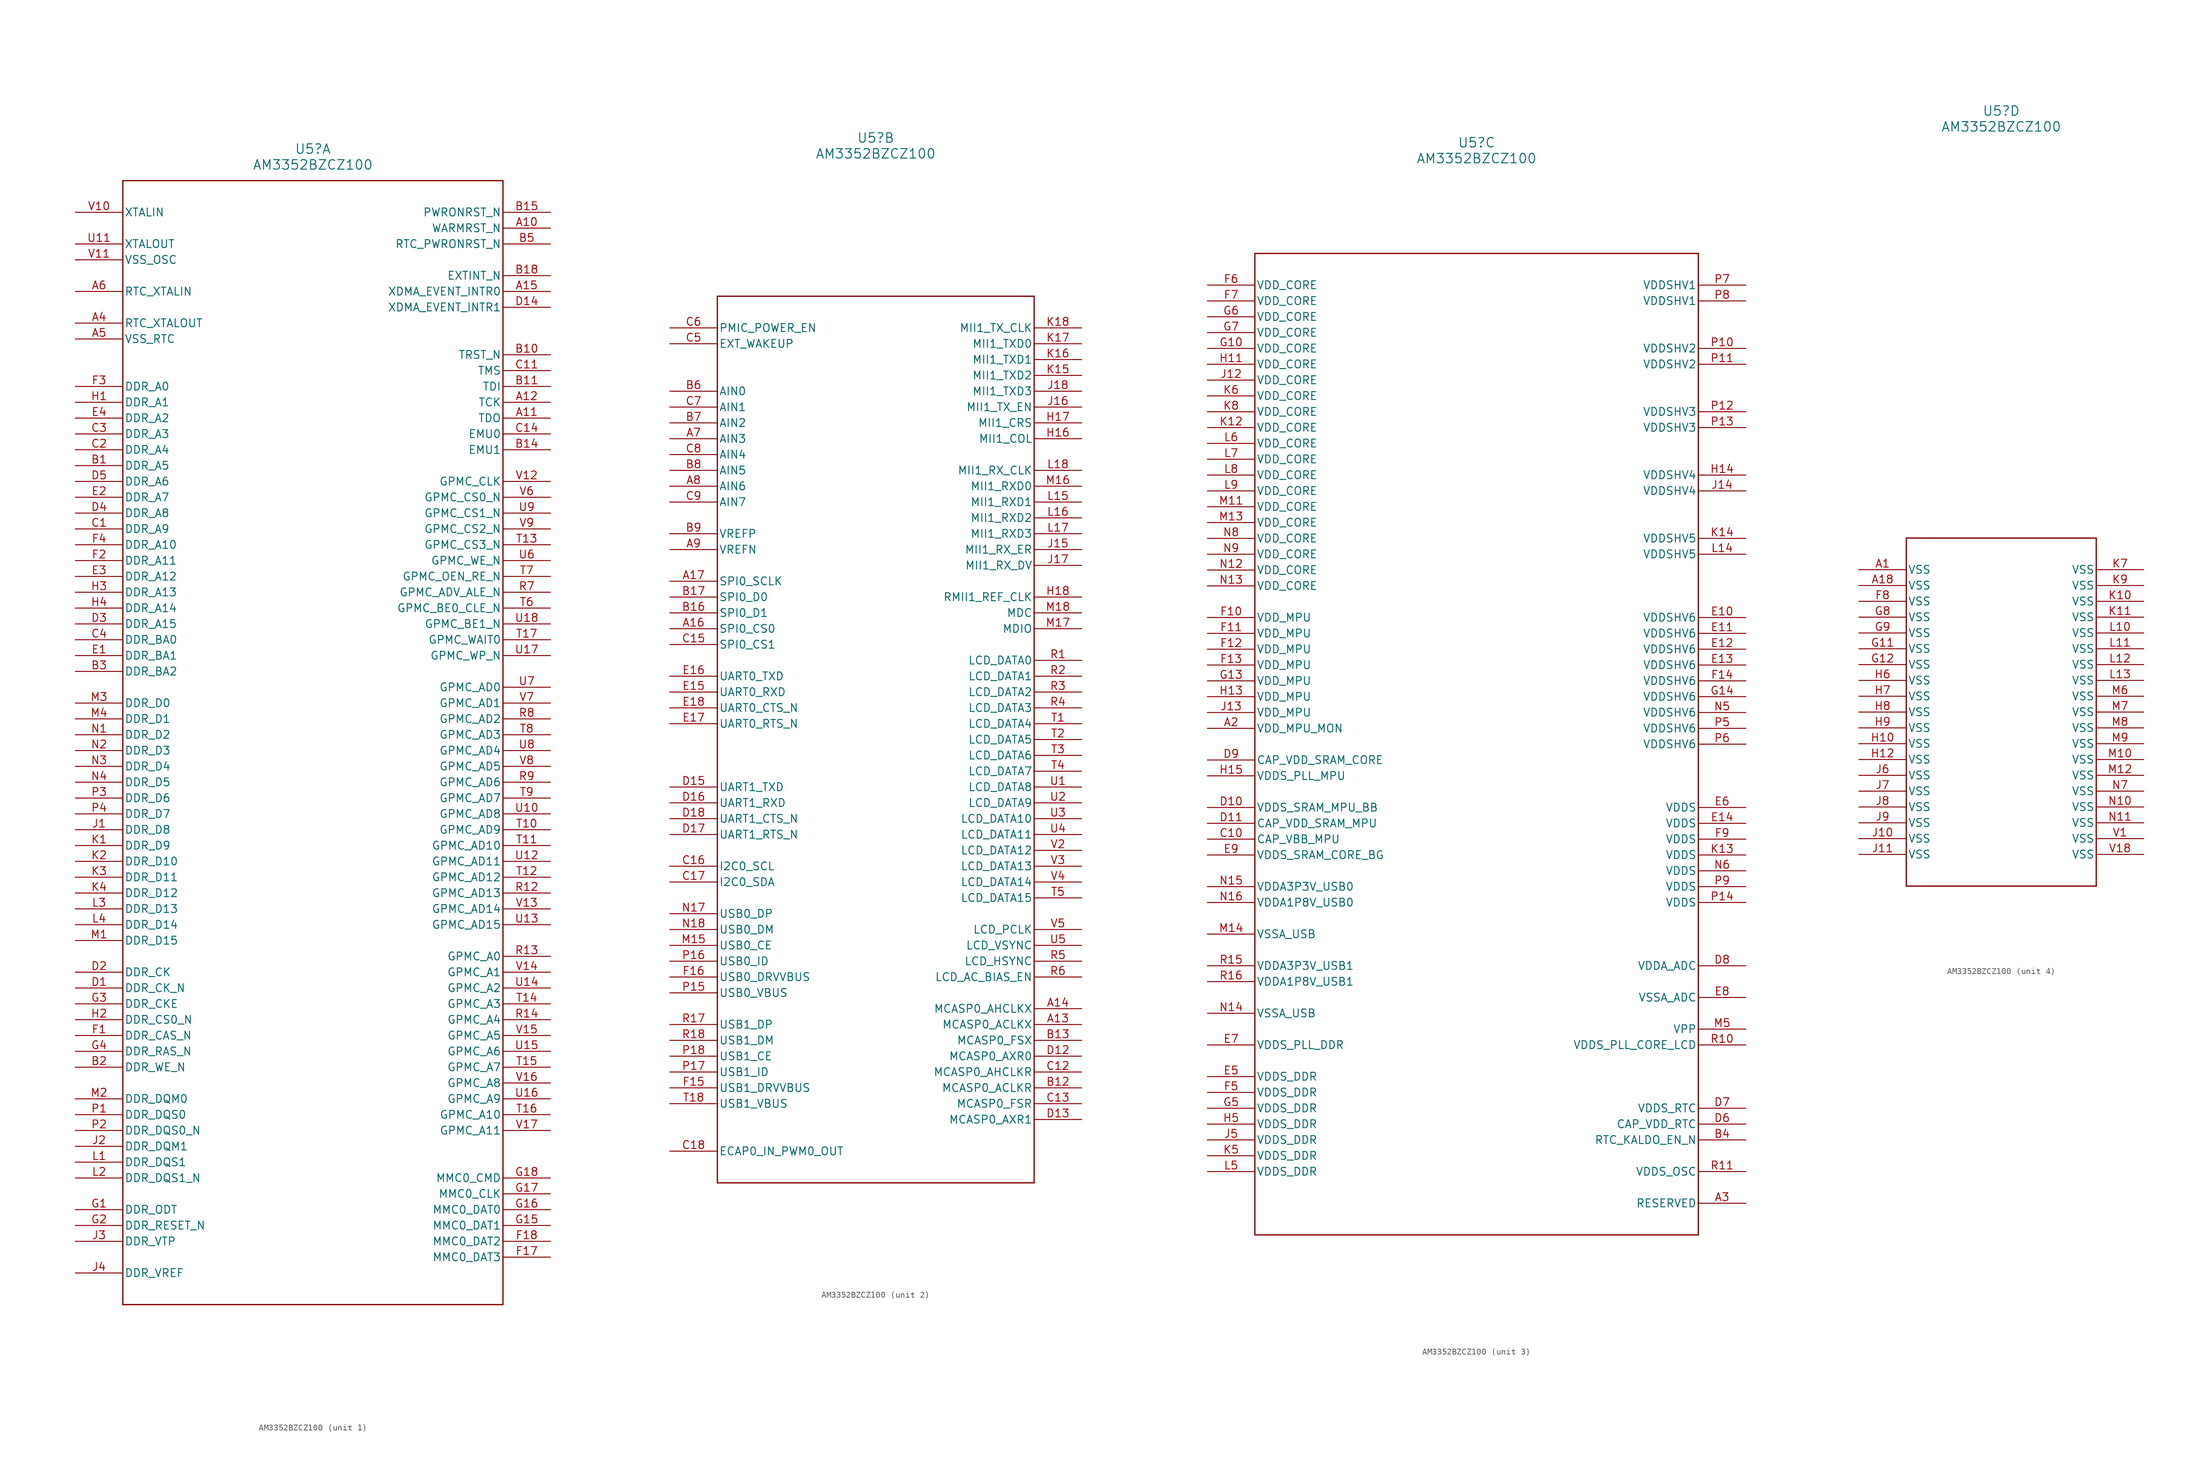
<source format=kicad_sym>
(kicad_symbol_lib
  (version 20231120)
  (generator "kicad_symbol_editor")
  (generator_version "8.0")
  (symbol "AM3352BZCZ100"
    (pin_names
      (offset 0.254))
    (property "Reference" "U5"
      (at 0 96.52 0)
      (effects (font (size 1.524 1.524))))
    (property "Value" "AM3352BZCZ100"
      (at 0 93.98 0)
      (effects (font (size 1.524 1.524))))
    (property "ki_locked" ""
      (at 0 0 0)
      (effects (font (size 1.27 1.27))))
    (symbol "AM3352BZCZ100_1_1"
      (polyline (pts (xy -30.48 -88.9) (xy 30.48 -88.9)) (stroke (width 0.203) (type default)) (fill (type none)))
      (polyline (pts (xy -30.48 91.44) (xy -30.48 -88.9)) (stroke (width 0.203) (type default)) (fill (type none)))
      (polyline (pts (xy 30.48 -88.9) (xy 30.48 91.44)) (stroke (width 0.203) (type default)) (fill (type none)))
      (polyline (pts (xy 30.48 91.44) (xy -30.48 91.44)) (stroke (width 0.203) (type default)) (fill (type none)))
      (pin bidirectional line (at 38.1 83.82 180) (length 7.62) (name "WARMRST_N" (effects (font (size 1.27 1.27)))) (number "A10" (effects (font (size 1.27 1.27)))))
      (pin output line (at 38.1 53.34 180) (length 7.62) (name "TDO" (effects (font (size 1.27 1.27)))) (number "A11" (effects (font (size 1.27 1.27)))))
      (pin input line (at 38.1 55.88 180) (length 7.62) (name "TCK" (effects (font (size 1.27 1.27)))) (number "A12" (effects (font (size 1.27 1.27)))))
      (pin input line (at 38.1 73.66 180) (length 7.62) (name "XDMA_EVENT_INTR0" (effects (font (size 1.27 1.27)))) (number "A15" (effects (font (size 1.27 1.27)))))
      (pin output line (at -38.1 68.58 0) (length 7.62) (name "RTC_XTALOUT" (effects (font (size 1.27 1.27)))) (number "A4" (effects (font (size 1.27 1.27)))))
      (pin power_in line (at -38.1 66.04 0) (length 7.62) (name "VSS_RTC" (effects (font (size 1.27 1.27)))) (number "A5" (effects (font (size 1.27 1.27)))))
      (pin input line (at -38.1 73.66 0) (length 7.62) (name "RTC_XTALIN" (effects (font (size 1.27 1.27)))) (number "A6" (effects (font (size 1.27 1.27)))))
      (pin output line (at -38.1 45.72 0) (length 7.62) (name "DDR_A5" (effects (font (size 1.27 1.27)))) (number "B1" (effects (font (size 1.27 1.27)))))
      (pin input line (at 38.1 63.5 180) (length 7.62) (name "TRST_N" (effects (font (size 1.27 1.27)))) (number "B10" (effects (font (size 1.27 1.27)))))
      (pin input line (at 38.1 58.42 180) (length 7.62) (name "TDI" (effects (font (size 1.27 1.27)))) (number "B11" (effects (font (size 1.27 1.27)))))
      (pin bidirectional line (at 38.1 48.26 180) (length 7.62) (name "EMU1" (effects (font (size 1.27 1.27)))) (number "B14" (effects (font (size 1.27 1.27)))))
      (pin input line (at 38.1 86.36 180) (length 7.62) (name "PWRONRST_N" (effects (font (size 1.27 1.27)))) (number "B15" (effects (font (size 1.27 1.27)))))
      (pin input line (at 38.1 76.2 180) (length 7.62) (name "EXTINT_N" (effects (font (size 1.27 1.27)))) (number "B18" (effects (font (size 1.27 1.27)))))
      (pin output line (at -38.1 -50.8 0) (length 7.62) (name "DDR_WE_N" (effects (font (size 1.27 1.27)))) (number "B2" (effects (font (size 1.27 1.27)))))
      (pin output line (at -38.1 12.7 0) (length 7.62) (name "DDR_BA2" (effects (font (size 1.27 1.27)))) (number "B3" (effects (font (size 1.27 1.27)))))
      (pin input line (at 38.1 81.28 180) (length 7.62) (name "RTC_PWRONRST_N" (effects (font (size 1.27 1.27)))) (number "B5" (effects (font (size 1.27 1.27)))))
      (pin output line (at -38.1 35.56 0) (length 7.62) (name "DDR_A9" (effects (font (size 1.27 1.27)))) (number "C1" (effects (font (size 1.27 1.27)))))
      (pin input line (at 38.1 60.96 180) (length 7.62) (name "TMS" (effects (font (size 1.27 1.27)))) (number "C11" (effects (font (size 1.27 1.27)))))
      (pin bidirectional line (at 38.1 50.8 180) (length 7.62) (name "EMU0" (effects (font (size 1.27 1.27)))) (number "C14" (effects (font (size 1.27 1.27)))))
      (pin output line (at -38.1 48.26 0) (length 7.62) (name "DDR_A4" (effects (font (size 1.27 1.27)))) (number "C2" (effects (font (size 1.27 1.27)))))
      (pin output line (at -38.1 50.8 0) (length 7.62) (name "DDR_A3" (effects (font (size 1.27 1.27)))) (number "C3" (effects (font (size 1.27 1.27)))))
      (pin output line (at -38.1 17.78 0) (length 7.62) (name "DDR_BA0" (effects (font (size 1.27 1.27)))) (number "C4" (effects (font (size 1.27 1.27)))))
      (pin output line (at -38.1 -38.1 0) (length 7.62) (name "DDR_CK_N" (effects (font (size 1.27 1.27)))) (number "D1" (effects (font (size 1.27 1.27)))))
      (pin input line (at 38.1 71.12 180) (length 7.62) (name "XDMA_EVENT_INTR1" (effects (font (size 1.27 1.27)))) (number "D14" (effects (font (size 1.27 1.27)))))
      (pin output line (at -38.1 -35.56 0) (length 7.62) (name "DDR_CK" (effects (font (size 1.27 1.27)))) (number "D2" (effects (font (size 1.27 1.27)))))
      (pin output line (at -38.1 20.32 0) (length 7.62) (name "DDR_A15" (effects (font (size 1.27 1.27)))) (number "D3" (effects (font (size 1.27 1.27)))))
      (pin output line (at -38.1 38.1 0) (length 7.62) (name "DDR_A8" (effects (font (size 1.27 1.27)))) (number "D4" (effects (font (size 1.27 1.27)))))
      (pin output line (at -38.1 43.18 0) (length 7.62) (name "DDR_A6" (effects (font (size 1.27 1.27)))) (number "D5" (effects (font (size 1.27 1.27)))))
      (pin output line (at -38.1 15.24 0) (length 7.62) (name "DDR_BA1" (effects (font (size 1.27 1.27)))) (number "E1" (effects (font (size 1.27 1.27)))))
      (pin output line (at -38.1 40.64 0) (length 7.62) (name "DDR_A7" (effects (font (size 1.27 1.27)))) (number "E2" (effects (font (size 1.27 1.27)))))
      (pin output line (at -38.1 27.94 0) (length 7.62) (name "DDR_A12" (effects (font (size 1.27 1.27)))) (number "E3" (effects (font (size 1.27 1.27)))))
      (pin output line (at -38.1 53.34 0) (length 7.62) (name "DDR_A2" (effects (font (size 1.27 1.27)))) (number "E4" (effects (font (size 1.27 1.27)))))
      (pin output line (at -38.1 -45.72 0) (length 7.62) (name "DDR_CAS_N" (effects (font (size 1.27 1.27)))) (number "F1" (effects (font (size 1.27 1.27)))))
      (pin bidirectional line (at 38.1 -81.28 180) (length 7.62) (name "MMC0_DAT3" (effects (font (size 1.27 1.27)))) (number "F17" (effects (font (size 1.27 1.27)))))
      (pin bidirectional line (at 38.1 -78.74 180) (length 7.62) (name "MMC0_DAT2" (effects (font (size 1.27 1.27)))) (number "F18" (effects (font (size 1.27 1.27)))))
      (pin output line (at -38.1 30.48 0) (length 7.62) (name "DDR_A11" (effects (font (size 1.27 1.27)))) (number "F2" (effects (font (size 1.27 1.27)))))
      (pin output line (at -38.1 58.42 0) (length 7.62) (name "DDR_A0" (effects (font (size 1.27 1.27)))) (number "F3" (effects (font (size 1.27 1.27)))))
      (pin output line (at -38.1 33.02 0) (length 7.62) (name "DDR_A10" (effects (font (size 1.27 1.27)))) (number "F4" (effects (font (size 1.27 1.27)))))
      (pin output line (at -38.1 -73.66 0) (length 7.62) (name "DDR_ODT" (effects (font (size 1.27 1.27)))) (number "G1" (effects (font (size 1.27 1.27)))))
      (pin bidirectional line (at 38.1 -76.2 180) (length 7.62) (name "MMC0_DAT1" (effects (font (size 1.27 1.27)))) (number "G15" (effects (font (size 1.27 1.27)))))
      (pin bidirectional line (at 38.1 -73.66 180) (length 7.62) (name "MMC0_DAT0" (effects (font (size 1.27 1.27)))) (number "G16" (effects (font (size 1.27 1.27)))))
      (pin bidirectional line (at 38.1 -71.12 180) (length 7.62) (name "MMC0_CLK" (effects (font (size 1.27 1.27)))) (number "G17" (effects (font (size 1.27 1.27)))))
      (pin bidirectional line (at 38.1 -68.58 180) (length 7.62) (name "MMC0_CMD" (effects (font (size 1.27 1.27)))) (number "G18" (effects (font (size 1.27 1.27)))))
      (pin output line (at -38.1 -76.2 0) (length 7.62) (name "DDR_RESET_N" (effects (font (size 1.27 1.27)))) (number "G2" (effects (font (size 1.27 1.27)))))
      (pin output line (at -38.1 -40.64 0) (length 7.62) (name "DDR_CKE" (effects (font (size 1.27 1.27)))) (number "G3" (effects (font (size 1.27 1.27)))))
      (pin output line (at -38.1 -48.26 0) (length 7.62) (name "DDR_RAS_N" (effects (font (size 1.27 1.27)))) (number "G4" (effects (font (size 1.27 1.27)))))
      (pin output line (at -38.1 55.88 0) (length 7.62) (name "DDR_A1" (effects (font (size 1.27 1.27)))) (number "H1" (effects (font (size 1.27 1.27)))))
      (pin output line (at -38.1 -43.18 0) (length 7.62) (name "DDR_CS0_N" (effects (font (size 1.27 1.27)))) (number "H2" (effects (font (size 1.27 1.27)))))
      (pin output line (at -38.1 25.4 0) (length 7.62) (name "DDR_A13" (effects (font (size 1.27 1.27)))) (number "H3" (effects (font (size 1.27 1.27)))))
      (pin output line (at -38.1 22.86 0) (length 7.62) (name "DDR_A14" (effects (font (size 1.27 1.27)))) (number "H4" (effects (font (size 1.27 1.27)))))
      (pin bidirectional line (at -38.1 -12.7 0) (length 7.62) (name "DDR_D8" (effects (font (size 1.27 1.27)))) (number "J1" (effects (font (size 1.27 1.27)))))
      (pin output line (at -38.1 -63.5 0) (length 7.62) (name "DDR_DQM1" (effects (font (size 1.27 1.27)))) (number "J2" (effects (font (size 1.27 1.27)))))
      (pin passive line (at -38.1 -78.74 0) (length 7.62) (name "DDR_VTP" (effects (font (size 1.27 1.27)))) (number "J3" (effects (font (size 1.27 1.27)))))
      (pin power_in line (at -38.1 -83.82 0) (length 7.62) (name "DDR_VREF" (effects (font (size 1.27 1.27)))) (number "J4" (effects (font (size 1.27 1.27)))))
      (pin bidirectional line (at -38.1 -15.24 0) (length 7.62) (name "DDR_D9" (effects (font (size 1.27 1.27)))) (number "K1" (effects (font (size 1.27 1.27)))))
      (pin bidirectional line (at -38.1 -17.78 0) (length 7.62) (name "DDR_D10" (effects (font (size 1.27 1.27)))) (number "K2" (effects (font (size 1.27 1.27)))))
      (pin bidirectional line (at -38.1 -20.32 0) (length 7.62) (name "DDR_D11" (effects (font (size 1.27 1.27)))) (number "K3" (effects (font (size 1.27 1.27)))))
      (pin bidirectional line (at -38.1 -22.86 0) (length 7.62) (name "DDR_D12" (effects (font (size 1.27 1.27)))) (number "K4" (effects (font (size 1.27 1.27)))))
      (pin bidirectional line (at -38.1 -66.04 0) (length 7.62) (name "DDR_DQS1" (effects (font (size 1.27 1.27)))) (number "L1" (effects (font (size 1.27 1.27)))))
      (pin bidirectional line (at -38.1 -68.58 0) (length 7.62) (name "DDR_DQS1_N" (effects (font (size 1.27 1.27)))) (number "L2" (effects (font (size 1.27 1.27)))))
      (pin bidirectional line (at -38.1 -25.4 0) (length 7.62) (name "DDR_D13" (effects (font (size 1.27 1.27)))) (number "L3" (effects (font (size 1.27 1.27)))))
      (pin bidirectional line (at -38.1 -27.94 0) (length 7.62) (name "DDR_D14" (effects (font (size 1.27 1.27)))) (number "L4" (effects (font (size 1.27 1.27)))))
      (pin bidirectional line (at -38.1 -30.48 0) (length 7.62) (name "DDR_D15" (effects (font (size 1.27 1.27)))) (number "M1" (effects (font (size 1.27 1.27)))))
      (pin output line (at -38.1 -55.88 0) (length 7.62) (name "DDR_DQM0" (effects (font (size 1.27 1.27)))) (number "M2" (effects (font (size 1.27 1.27)))))
      (pin bidirectional line (at -38.1 7.62 0) (length 7.62) (name "DDR_D0" (effects (font (size 1.27 1.27)))) (number "M3" (effects (font (size 1.27 1.27)))))
      (pin bidirectional line (at -38.1 5.08 0) (length 7.62) (name "DDR_D1" (effects (font (size 1.27 1.27)))) (number "M4" (effects (font (size 1.27 1.27)))))
      (pin bidirectional line (at -38.1 2.54 0) (length 7.62) (name "DDR_D2" (effects (font (size 1.27 1.27)))) (number "N1" (effects (font (size 1.27 1.27)))))
      (pin bidirectional line (at -38.1 0 0) (length 7.62) (name "DDR_D3" (effects (font (size 1.27 1.27)))) (number "N2" (effects (font (size 1.27 1.27)))))
      (pin bidirectional line (at -38.1 -2.54 0) (length 7.62) (name "DDR_D4" (effects (font (size 1.27 1.27)))) (number "N3" (effects (font (size 1.27 1.27)))))
      (pin bidirectional line (at -38.1 -5.08 0) (length 7.62) (name "DDR_D5" (effects (font (size 1.27 1.27)))) (number "N4" (effects (font (size 1.27 1.27)))))
      (pin bidirectional line (at -38.1 -58.42 0) (length 7.62) (name "DDR_DQS0" (effects (font (size 1.27 1.27)))) (number "P1" (effects (font (size 1.27 1.27)))))
      (pin bidirectional line (at -38.1 -60.96 0) (length 7.62) (name "DDR_DQS0_N" (effects (font (size 1.27 1.27)))) (number "P2" (effects (font (size 1.27 1.27)))))
      (pin bidirectional line (at -38.1 -7.62 0) (length 7.62) (name "DDR_D6" (effects (font (size 1.27 1.27)))) (number "P3" (effects (font (size 1.27 1.27)))))
      (pin bidirectional line (at -38.1 -10.16 0) (length 7.62) (name "DDR_D7" (effects (font (size 1.27 1.27)))) (number "P4" (effects (font (size 1.27 1.27)))))
      (pin bidirectional line (at 38.1 -22.86 180) (length 7.62) (name "GPMC_AD13" (effects (font (size 1.27 1.27)))) (number "R12" (effects (font (size 1.27 1.27)))))
      (pin bidirectional line (at 38.1 -33.02 180) (length 7.62) (name "GPMC_A0" (effects (font (size 1.27 1.27)))) (number "R13" (effects (font (size 1.27 1.27)))))
      (pin bidirectional line (at 38.1 -43.18 180) (length 7.62) (name "GPMC_A4" (effects (font (size 1.27 1.27)))) (number "R14" (effects (font (size 1.27 1.27)))))
      (pin bidirectional line (at 38.1 25.4 180) (length 7.62) (name "GPMC_ADV_ALE_N" (effects (font (size 1.27 1.27)))) (number "R7" (effects (font (size 1.27 1.27)))))
      (pin bidirectional line (at 38.1 5.08 180) (length 7.62) (name "GPMC_AD2" (effects (font (size 1.27 1.27)))) (number "R8" (effects (font (size 1.27 1.27)))))
      (pin bidirectional line (at 38.1 -5.08 180) (length 7.62) (name "GPMC_AD6" (effects (font (size 1.27 1.27)))) (number "R9" (effects (font (size 1.27 1.27)))))
      (pin bidirectional line (at 38.1 -12.7 180) (length 7.62) (name "GPMC_AD9" (effects (font (size 1.27 1.27)))) (number "T10" (effects (font (size 1.27 1.27)))))
      (pin bidirectional line (at 38.1 -15.24 180) (length 7.62) (name "GPMC_AD10" (effects (font (size 1.27 1.27)))) (number "T11" (effects (font (size 1.27 1.27)))))
      (pin bidirectional line (at 38.1 -20.32 180) (length 7.62) (name "GPMC_AD12" (effects (font (size 1.27 1.27)))) (number "T12" (effects (font (size 1.27 1.27)))))
      (pin bidirectional line (at 38.1 33.02 180) (length 7.62) (name "GPMC_CS3_N" (effects (font (size 1.27 1.27)))) (number "T13" (effects (font (size 1.27 1.27)))))
      (pin bidirectional line (at 38.1 -40.64 180) (length 7.62) (name "GPMC_A3" (effects (font (size 1.27 1.27)))) (number "T14" (effects (font (size 1.27 1.27)))))
      (pin bidirectional line (at 38.1 -50.8 180) (length 7.62) (name "GPMC_A7" (effects (font (size 1.27 1.27)))) (number "T15" (effects (font (size 1.27 1.27)))))
      (pin bidirectional line (at 38.1 -58.42 180) (length 7.62) (name "GPMC_A10" (effects (font (size 1.27 1.27)))) (number "T16" (effects (font (size 1.27 1.27)))))
      (pin bidirectional line (at 38.1 17.78 180) (length 7.62) (name "GPMC_WAIT0" (effects (font (size 1.27 1.27)))) (number "T17" (effects (font (size 1.27 1.27)))))
      (pin bidirectional line (at 38.1 22.86 180) (length 7.62) (name "GPMC_BE0_CLE_N" (effects (font (size 1.27 1.27)))) (number "T6" (effects (font (size 1.27 1.27)))))
      (pin bidirectional line (at 38.1 27.94 180) (length 7.62) (name "GPMC_OEN_RE_N" (effects (font (size 1.27 1.27)))) (number "T7" (effects (font (size 1.27 1.27)))))
      (pin bidirectional line (at 38.1 2.54 180) (length 7.62) (name "GPMC_AD3" (effects (font (size 1.27 1.27)))) (number "T8" (effects (font (size 1.27 1.27)))))
      (pin bidirectional line (at 38.1 -7.62 180) (length 7.62) (name "GPMC_AD7" (effects (font (size 1.27 1.27)))) (number "T9" (effects (font (size 1.27 1.27)))))
      (pin bidirectional line (at 38.1 -10.16 180) (length 7.62) (name "GPMC_AD8" (effects (font (size 1.27 1.27)))) (number "U10" (effects (font (size 1.27 1.27)))))
      (pin output line (at -38.1 81.28 0) (length 7.62) (name "XTALOUT" (effects (font (size 1.27 1.27)))) (number "U11" (effects (font (size 1.27 1.27)))))
      (pin bidirectional line (at 38.1 -17.78 180) (length 7.62) (name "GPMC_AD11" (effects (font (size 1.27 1.27)))) (number "U12" (effects (font (size 1.27 1.27)))))
      (pin bidirectional line (at 38.1 -27.94 180) (length 7.62) (name "GPMC_AD15" (effects (font (size 1.27 1.27)))) (number "U13" (effects (font (size 1.27 1.27)))))
      (pin bidirectional line (at 38.1 -38.1 180) (length 7.62) (name "GPMC_A2" (effects (font (size 1.27 1.27)))) (number "U14" (effects (font (size 1.27 1.27)))))
      (pin bidirectional line (at 38.1 -48.26 180) (length 7.62) (name "GPMC_A6" (effects (font (size 1.27 1.27)))) (number "U15" (effects (font (size 1.27 1.27)))))
      (pin bidirectional line (at 38.1 -55.88 180) (length 7.62) (name "GPMC_A9" (effects (font (size 1.27 1.27)))) (number "U16" (effects (font (size 1.27 1.27)))))
      (pin bidirectional line (at 38.1 15.24 180) (length 7.62) (name "GPMC_WP_N" (effects (font (size 1.27 1.27)))) (number "U17" (effects (font (size 1.27 1.27)))))
      (pin bidirectional line (at 38.1 20.32 180) (length 7.62) (name "GPMC_BE1_N" (effects (font (size 1.27 1.27)))) (number "U18" (effects (font (size 1.27 1.27)))))
      (pin bidirectional line (at 38.1 30.48 180) (length 7.62) (name "GPMC_WE_N" (effects (font (size 1.27 1.27)))) (number "U6" (effects (font (size 1.27 1.27)))))
      (pin bidirectional line (at 38.1 10.16 180) (length 7.62) (name "GPMC_AD0" (effects (font (size 1.27 1.27)))) (number "U7" (effects (font (size 1.27 1.27)))))
      (pin bidirectional line (at 38.1 0 180) (length 7.62) (name "GPMC_AD4" (effects (font (size 1.27 1.27)))) (number "U8" (effects (font (size 1.27 1.27)))))
      (pin bidirectional line (at 38.1 38.1 180) (length 7.62) (name "GPMC_CS1_N" (effects (font (size 1.27 1.27)))) (number "U9" (effects (font (size 1.27 1.27)))))
      (pin input line (at -38.1 86.36 0) (length 7.62) (name "XTALIN" (effects (font (size 1.27 1.27)))) (number "V10" (effects (font (size 1.27 1.27)))))
      (pin power_in line (at -38.1 78.74 0) (length 7.62) (name "VSS_OSC" (effects (font (size 1.27 1.27)))) (number "V11" (effects (font (size 1.27 1.27)))))
      (pin bidirectional line (at 38.1 43.18 180) (length 7.62) (name "GPMC_CLK" (effects (font (size 1.27 1.27)))) (number "V12" (effects (font (size 1.27 1.27)))))
      (pin bidirectional line (at 38.1 -25.4 180) (length 7.62) (name "GPMC_AD14" (effects (font (size 1.27 1.27)))) (number "V13" (effects (font (size 1.27 1.27)))))
      (pin bidirectional line (at 38.1 -35.56 180) (length 7.62) (name "GPMC_A1" (effects (font (size 1.27 1.27)))) (number "V14" (effects (font (size 1.27 1.27)))))
      (pin bidirectional line (at 38.1 -45.72 180) (length 7.62) (name "GPMC_A5" (effects (font (size 1.27 1.27)))) (number "V15" (effects (font (size 1.27 1.27)))))
      (pin bidirectional line (at 38.1 -53.34 180) (length 7.62) (name "GPMC_A8" (effects (font (size 1.27 1.27)))) (number "V16" (effects (font (size 1.27 1.27)))))
      (pin bidirectional line (at 38.1 -60.96 180) (length 7.62) (name "GPMC_A11" (effects (font (size 1.27 1.27)))) (number "V17" (effects (font (size 1.27 1.27)))))
      (pin bidirectional line (at 38.1 40.64 180) (length 7.62) (name "GPMC_CS0_N" (effects (font (size 1.27 1.27)))) (number "V6" (effects (font (size 1.27 1.27)))))
      (pin bidirectional line (at 38.1 7.62 180) (length 7.62) (name "GPMC_AD1" (effects (font (size 1.27 1.27)))) (number "V7" (effects (font (size 1.27 1.27)))))
      (pin bidirectional line (at 38.1 -2.54 180) (length 7.62) (name "GPMC_AD5" (effects (font (size 1.27 1.27)))) (number "V8" (effects (font (size 1.27 1.27)))))
      (pin bidirectional line (at 38.1 35.56 180) (length 7.62) (name "GPMC_CS2_N" (effects (font (size 1.27 1.27)))) (number "V9" (effects (font (size 1.27 1.27))))))
    (symbol "AM3352BZCZ100_2_1"
      (polyline (pts (xy -25.4 -71.12) (xy 25.4 -71.12)) (stroke (width 0.203) (type default)) (fill (type none)))
      (polyline (pts (xy -25.4 71.12) (xy -25.4 -71.12)) (stroke (width 0.203) (type default)) (fill (type none)))
      (polyline (pts (xy 25.4 -71.12) (xy 25.4 71.12)) (stroke (width 0.203) (type default)) (fill (type none)))
      (polyline (pts (xy 25.4 71.12) (xy -25.4 71.12)) (stroke (width 0.203) (type default)) (fill (type none)))
      (pin bidirectional line (at 33.02 -45.72 180) (length 7.62) (name "MCASP0_ACLKX" (effects (font (size 1.27 1.27)))) (number "A13" (effects (font (size 1.27 1.27)))))
      (pin bidirectional line (at 33.02 -43.18 180) (length 7.62) (name "MCASP0_AHCLKX" (effects (font (size 1.27 1.27)))) (number "A14" (effects (font (size 1.27 1.27)))))
      (pin bidirectional line (at -33.02 17.78 0) (length 7.62) (name "SPI0_CS0" (effects (font (size 1.27 1.27)))) (number "A16" (effects (font (size 1.27 1.27)))))
      (pin bidirectional line (at -33.02 25.4 0) (length 7.62) (name "SPI0_SCLK" (effects (font (size 1.27 1.27)))) (number "A17" (effects (font (size 1.27 1.27)))))
      (pin bidirectional line (at -33.02 48.26 0) (length 7.62) (name "AIN3" (effects (font (size 1.27 1.27)))) (number "A7" (effects (font (size 1.27 1.27)))))
      (pin input line (at -33.02 40.64 0) (length 7.62) (name "AIN6" (effects (font (size 1.27 1.27)))) (number "A8" (effects (font (size 1.27 1.27)))))
      (pin power_in line (at -33.02 30.48 0) (length 7.62) (name "VREFN" (effects (font (size 1.27 1.27)))) (number "A9" (effects (font (size 1.27 1.27)))))
      (pin bidirectional line (at 33.02 -55.88 180) (length 7.62) (name "MCASP0_ACLKR" (effects (font (size 1.27 1.27)))) (number "B12" (effects (font (size 1.27 1.27)))))
      (pin bidirectional line (at 33.02 -48.26 180) (length 7.62) (name "MCASP0_FSX" (effects (font (size 1.27 1.27)))) (number "B13" (effects (font (size 1.27 1.27)))))
      (pin bidirectional line (at -33.02 20.32 0) (length 7.62) (name "SPI0_D1" (effects (font (size 1.27 1.27)))) (number "B16" (effects (font (size 1.27 1.27)))))
      (pin bidirectional line (at -33.02 22.86 0) (length 7.62) (name "SPI0_D0" (effects (font (size 1.27 1.27)))) (number "B17" (effects (font (size 1.27 1.27)))))
      (pin bidirectional line (at -33.02 55.88 0) (length 7.62) (name "AIN0" (effects (font (size 1.27 1.27)))) (number "B6" (effects (font (size 1.27 1.27)))))
      (pin bidirectional line (at -33.02 50.8 0) (length 7.62) (name "AIN2" (effects (font (size 1.27 1.27)))) (number "B7" (effects (font (size 1.27 1.27)))))
      (pin input line (at -33.02 43.18 0) (length 7.62) (name "AIN5" (effects (font (size 1.27 1.27)))) (number "B8" (effects (font (size 1.27 1.27)))))
      (pin power_in line (at -33.02 33.02 0) (length 7.62) (name "VREFP" (effects (font (size 1.27 1.27)))) (number "B9" (effects (font (size 1.27 1.27)))))
      (pin bidirectional line (at 33.02 -53.34 180) (length 7.62) (name "MCASP0_AHCLKR" (effects (font (size 1.27 1.27)))) (number "C12" (effects (font (size 1.27 1.27)))))
      (pin bidirectional line (at 33.02 -58.42 180) (length 7.62) (name "MCASP0_FSR" (effects (font (size 1.27 1.27)))) (number "C13" (effects (font (size 1.27 1.27)))))
      (pin bidirectional line (at -33.02 15.24 0) (length 7.62) (name "SPI0_CS1" (effects (font (size 1.27 1.27)))) (number "C15" (effects (font (size 1.27 1.27)))))
      (pin bidirectional line (at -33.02 -20.32 0) (length 7.62) (name "I2C0_SCL" (effects (font (size 1.27 1.27)))) (number "C16" (effects (font (size 1.27 1.27)))))
      (pin bidirectional line (at -33.02 -22.86 0) (length 7.62) (name "I2C0_SDA" (effects (font (size 1.27 1.27)))) (number "C17" (effects (font (size 1.27 1.27)))))
      (pin bidirectional line (at -33.02 -66.04 0) (length 7.62) (name "ECAP0_IN_PWM0_OUT" (effects (font (size 1.27 1.27)))) (number "C18" (effects (font (size 1.27 1.27)))))
      (pin input line (at -33.02 63.5 0) (length 7.62) (name "EXT_WAKEUP" (effects (font (size 1.27 1.27)))) (number "C5" (effects (font (size 1.27 1.27)))))
      (pin output line (at -33.02 66.04 0) (length 7.62) (name "PMIC_POWER_EN" (effects (font (size 1.27 1.27)))) (number "C6" (effects (font (size 1.27 1.27)))))
      (pin bidirectional line (at -33.02 53.34 0) (length 7.62) (name "AIN1" (effects (font (size 1.27 1.27)))) (number "C7" (effects (font (size 1.27 1.27)))))
      (pin bidirectional line (at -33.02 45.72 0) (length 7.62) (name "AIN4" (effects (font (size 1.27 1.27)))) (number "C8" (effects (font (size 1.27 1.27)))))
      (pin input line (at -33.02 38.1 0) (length 7.62) (name "AIN7" (effects (font (size 1.27 1.27)))) (number "C9" (effects (font (size 1.27 1.27)))))
      (pin bidirectional line (at 33.02 -50.8 180) (length 7.62) (name "MCASP0_AXR0" (effects (font (size 1.27 1.27)))) (number "D12" (effects (font (size 1.27 1.27)))))
      (pin bidirectional line (at 33.02 -60.96 180) (length 7.62) (name "MCASP0_AXR1" (effects (font (size 1.27 1.27)))) (number "D13" (effects (font (size 1.27 1.27)))))
      (pin bidirectional line (at -33.02 -7.62 0) (length 7.62) (name "UART1_TXD" (effects (font (size 1.27 1.27)))) (number "D15" (effects (font (size 1.27 1.27)))))
      (pin bidirectional line (at -33.02 -10.16 0) (length 7.62) (name "UART1_RXD" (effects (font (size 1.27 1.27)))) (number "D16" (effects (font (size 1.27 1.27)))))
      (pin bidirectional line (at -33.02 -15.24 0) (length 7.62) (name "UART1_RTS_N" (effects (font (size 1.27 1.27)))) (number "D17" (effects (font (size 1.27 1.27)))))
      (pin bidirectional line (at -33.02 -12.7 0) (length 7.62) (name "UART1_CTS_N" (effects (font (size 1.27 1.27)))) (number "D18" (effects (font (size 1.27 1.27)))))
      (pin bidirectional line (at -33.02 7.62 0) (length 7.62) (name "UART0_RXD" (effects (font (size 1.27 1.27)))) (number "E15" (effects (font (size 1.27 1.27)))))
      (pin bidirectional line (at -33.02 10.16 0) (length 7.62) (name "UART0_TXD" (effects (font (size 1.27 1.27)))) (number "E16" (effects (font (size 1.27 1.27)))))
      (pin bidirectional line (at -33.02 2.54 0) (length 7.62) (name "UART0_RTS_N" (effects (font (size 1.27 1.27)))) (number "E17" (effects (font (size 1.27 1.27)))))
      (pin bidirectional line (at -33.02 5.08 0) (length 7.62) (name "UART0_CTS_N" (effects (font (size 1.27 1.27)))) (number "E18" (effects (font (size 1.27 1.27)))))
      (pin bidirectional line (at -33.02 -55.88 0) (length 7.62) (name "USB1_DRVVBUS" (effects (font (size 1.27 1.27)))) (number "F15" (effects (font (size 1.27 1.27)))))
      (pin bidirectional line (at -33.02 -38.1 0) (length 7.62) (name "USB0_DRVVBUS" (effects (font (size 1.27 1.27)))) (number "F16" (effects (font (size 1.27 1.27)))))
      (pin bidirectional line (at 33.02 48.26 180) (length 7.62) (name "MII1_COL" (effects (font (size 1.27 1.27)))) (number "H16" (effects (font (size 1.27 1.27)))))
      (pin bidirectional line (at 33.02 50.8 180) (length 7.62) (name "MII1_CRS" (effects (font (size 1.27 1.27)))) (number "H17" (effects (font (size 1.27 1.27)))))
      (pin bidirectional line (at 33.02 22.86 180) (length 7.62) (name "RMII1_REF_CLK" (effects (font (size 1.27 1.27)))) (number "H18" (effects (font (size 1.27 1.27)))))
      (pin bidirectional line (at 33.02 30.48 180) (length 7.62) (name "MII1_RX_ER" (effects (font (size 1.27 1.27)))) (number "J15" (effects (font (size 1.27 1.27)))))
      (pin bidirectional line (at 33.02 53.34 180) (length 7.62) (name "MII1_TX_EN" (effects (font (size 1.27 1.27)))) (number "J16" (effects (font (size 1.27 1.27)))))
      (pin bidirectional line (at 33.02 27.94 180) (length 7.62) (name "MII1_RX_DV" (effects (font (size 1.27 1.27)))) (number "J17" (effects (font (size 1.27 1.27)))))
      (pin bidirectional line (at 33.02 55.88 180) (length 7.62) (name "MII1_TXD3" (effects (font (size 1.27 1.27)))) (number "J18" (effects (font (size 1.27 1.27)))))
      (pin bidirectional line (at 33.02 58.42 180) (length 7.62) (name "MII1_TXD2" (effects (font (size 1.27 1.27)))) (number "K15" (effects (font (size 1.27 1.27)))))
      (pin bidirectional line (at 33.02 60.96 180) (length 7.62) (name "MII1_TXD1" (effects (font (size 1.27 1.27)))) (number "K16" (effects (font (size 1.27 1.27)))))
      (pin bidirectional line (at 33.02 63.5 180) (length 7.62) (name "MII1_TXD0" (effects (font (size 1.27 1.27)))) (number "K17" (effects (font (size 1.27 1.27)))))
      (pin bidirectional line (at 33.02 66.04 180) (length 7.62) (name "MII1_TX_CLK" (effects (font (size 1.27 1.27)))) (number "K18" (effects (font (size 1.27 1.27)))))
      (pin bidirectional line (at 33.02 38.1 180) (length 7.62) (name "MII1_RXD1" (effects (font (size 1.27 1.27)))) (number "L15" (effects (font (size 1.27 1.27)))))
      (pin bidirectional line (at 33.02 35.56 180) (length 7.62) (name "MII1_RXD2" (effects (font (size 1.27 1.27)))) (number "L16" (effects (font (size 1.27 1.27)))))
      (pin bidirectional line (at 33.02 33.02 180) (length 7.62) (name "MII1_RXD3" (effects (font (size 1.27 1.27)))) (number "L17" (effects (font (size 1.27 1.27)))))
      (pin bidirectional line (at 33.02 43.18 180) (length 7.62) (name "MII1_RX_CLK" (effects (font (size 1.27 1.27)))) (number "L18" (effects (font (size 1.27 1.27)))))
      (pin output line (at -33.02 -33.02 0) (length 7.62) (name "USB0_CE" (effects (font (size 1.27 1.27)))) (number "M15" (effects (font (size 1.27 1.27)))))
      (pin bidirectional line (at 33.02 40.64 180) (length 7.62) (name "MII1_RXD0" (effects (font (size 1.27 1.27)))) (number "M16" (effects (font (size 1.27 1.27)))))
      (pin bidirectional line (at 33.02 17.78 180) (length 7.62) (name "MDIO" (effects (font (size 1.27 1.27)))) (number "M17" (effects (font (size 1.27 1.27)))))
      (pin bidirectional line (at 33.02 20.32 180) (length 7.62) (name "MDC" (effects (font (size 1.27 1.27)))) (number "M18" (effects (font (size 1.27 1.27)))))
      (pin output line (at -33.02 -27.94 0) (length 7.62) (name "USB0_DP" (effects (font (size 1.27 1.27)))) (number "N17" (effects (font (size 1.27 1.27)))))
      (pin output line (at -33.02 -30.48 0) (length 7.62) (name "USB0_DM" (effects (font (size 1.27 1.27)))) (number "N18" (effects (font (size 1.27 1.27)))))
      (pin power_in line (at -33.02 -40.64 0) (length 7.62) (name "USB0_VBUS" (effects (font (size 1.27 1.27)))) (number "P15" (effects (font (size 1.27 1.27)))))
      (pin input line (at -33.02 -35.56 0) (length 7.62) (name "USB0_ID" (effects (font (size 1.27 1.27)))) (number "P16" (effects (font (size 1.27 1.27)))))
      (pin input line (at -33.02 -53.34 0) (length 7.62) (name "USB1_ID" (effects (font (size 1.27 1.27)))) (number "P17" (effects (font (size 1.27 1.27)))))
      (pin output line (at -33.02 -50.8 0) (length 7.62) (name "USB1_CE" (effects (font (size 1.27 1.27)))) (number "P18" (effects (font (size 1.27 1.27)))))
      (pin bidirectional line (at 33.02 12.7 180) (length 7.62) (name "LCD_DATA0" (effects (font (size 1.27 1.27)))) (number "R1" (effects (font (size 1.27 1.27)))))
      (pin output line (at -33.02 -45.72 0) (length 7.62) (name "USB1_DP" (effects (font (size 1.27 1.27)))) (number "R17" (effects (font (size 1.27 1.27)))))
      (pin output line (at -33.02 -48.26 0) (length 7.62) (name "USB1_DM" (effects (font (size 1.27 1.27)))) (number "R18" (effects (font (size 1.27 1.27)))))
      (pin bidirectional line (at 33.02 10.16 180) (length 7.62) (name "LCD_DATA1" (effects (font (size 1.27 1.27)))) (number "R2" (effects (font (size 1.27 1.27)))))
      (pin bidirectional line (at 33.02 7.62 180) (length 7.62) (name "LCD_DATA2" (effects (font (size 1.27 1.27)))) (number "R3" (effects (font (size 1.27 1.27)))))
      (pin bidirectional line (at 33.02 5.08 180) (length 7.62) (name "LCD_DATA3" (effects (font (size 1.27 1.27)))) (number "R4" (effects (font (size 1.27 1.27)))))
      (pin bidirectional line (at 33.02 -35.56 180) (length 7.62) (name "LCD_HSYNC" (effects (font (size 1.27 1.27)))) (number "R5" (effects (font (size 1.27 1.27)))))
      (pin bidirectional line (at 33.02 -38.1 180) (length 7.62) (name "LCD_AC_BIAS_EN" (effects (font (size 1.27 1.27)))) (number "R6" (effects (font (size 1.27 1.27)))))
      (pin bidirectional line (at 33.02 2.54 180) (length 7.62) (name "LCD_DATA4" (effects (font (size 1.27 1.27)))) (number "T1" (effects (font (size 1.27 1.27)))))
      (pin power_in line (at -33.02 -58.42 0) (length 7.62) (name "USB1_VBUS" (effects (font (size 1.27 1.27)))) (number "T18" (effects (font (size 1.27 1.27)))))
      (pin bidirectional line (at 33.02 0 180) (length 7.62) (name "LCD_DATA5" (effects (font (size 1.27 1.27)))) (number "T2" (effects (font (size 1.27 1.27)))))
      (pin bidirectional line (at 33.02 -2.54 180) (length 7.62) (name "LCD_DATA6" (effects (font (size 1.27 1.27)))) (number "T3" (effects (font (size 1.27 1.27)))))
      (pin bidirectional line (at 33.02 -5.08 180) (length 7.62) (name "LCD_DATA7" (effects (font (size 1.27 1.27)))) (number "T4" (effects (font (size 1.27 1.27)))))
      (pin bidirectional line (at 33.02 -25.4 180) (length 7.62) (name "LCD_DATA15" (effects (font (size 1.27 1.27)))) (number "T5" (effects (font (size 1.27 1.27)))))
      (pin bidirectional line (at 33.02 -7.62 180) (length 7.62) (name "LCD_DATA8" (effects (font (size 1.27 1.27)))) (number "U1" (effects (font (size 1.27 1.27)))))
      (pin bidirectional line (at 33.02 -10.16 180) (length 7.62) (name "LCD_DATA9" (effects (font (size 1.27 1.27)))) (number "U2" (effects (font (size 1.27 1.27)))))
      (pin bidirectional line (at 33.02 -12.7 180) (length 7.62) (name "LCD_DATA10" (effects (font (size 1.27 1.27)))) (number "U3" (effects (font (size 1.27 1.27)))))
      (pin bidirectional line (at 33.02 -15.24 180) (length 7.62) (name "LCD_DATA11" (effects (font (size 1.27 1.27)))) (number "U4" (effects (font (size 1.27 1.27)))))
      (pin bidirectional line (at 33.02 -33.02 180) (length 7.62) (name "LCD_VSYNC" (effects (font (size 1.27 1.27)))) (number "U5" (effects (font (size 1.27 1.27)))))
      (pin bidirectional line (at 33.02 -17.78 180) (length 7.62) (name "LCD_DATA12" (effects (font (size 1.27 1.27)))) (number "V2" (effects (font (size 1.27 1.27)))))
      (pin bidirectional line (at 33.02 -20.32 180) (length 7.62) (name "LCD_DATA13" (effects (font (size 1.27 1.27)))) (number "V3" (effects (font (size 1.27 1.27)))))
      (pin bidirectional line (at 33.02 -22.86 180) (length 7.62) (name "LCD_DATA14" (effects (font (size 1.27 1.27)))) (number "V4" (effects (font (size 1.27 1.27)))))
      (pin bidirectional line (at 33.02 -30.48 180) (length 7.62) (name "LCD_PCLK" (effects (font (size 1.27 1.27)))) (number "V5" (effects (font (size 1.27 1.27))))))
    (symbol "AM3352BZCZ100_3_1"
      (polyline (pts (xy -35.56 -78.74) (xy 35.56 -78.74)) (stroke (width 0.203) (type default)) (fill (type none)))
      (polyline (pts (xy -35.56 78.74) (xy -35.56 -78.74)) (stroke (width 0.203) (type default)) (fill (type none)))
      (polyline (pts (xy 35.56 -78.74) (xy 35.56 78.74)) (stroke (width 0.203) (type default)) (fill (type none)))
      (polyline (pts (xy 35.56 78.74) (xy -35.56 78.74)) (stroke (width 0.203) (type default)) (fill (type none)))
      (pin power_in line (at -43.18 2.54 0) (length 7.62) (name "VDD_MPU_MON" (effects (font (size 1.27 1.27)))) (number "A2" (effects (font (size 1.27 1.27)))))
      (pin unspecified line (at 43.18 -73.66 180) (length 7.62) (name "RESERVED" (effects (font (size 1.27 1.27)))) (number "A3" (effects (font (size 1.27 1.27)))))
      (pin input line (at 43.18 -63.5 180) (length 7.62) (name "RTC_KALDO_EN_N" (effects (font (size 1.27 1.27)))) (number "B4" (effects (font (size 1.27 1.27)))))
      (pin unspecified line (at -43.18 -15.24 0) (length 7.62) (name "CAP_VBB_MPU" (effects (font (size 1.27 1.27)))) (number "C10" (effects (font (size 1.27 1.27)))))
      (pin power_in line (at -43.18 -10.16 0) (length 7.62) (name "VDDS_SRAM_MPU_BB" (effects (font (size 1.27 1.27)))) (number "D10" (effects (font (size 1.27 1.27)))))
      (pin unspecified line (at -43.18 -12.7 0) (length 7.62) (name "CAP_VDD_SRAM_MPU" (effects (font (size 1.27 1.27)))) (number "D11" (effects (font (size 1.27 1.27)))))
      (pin unspecified line (at 43.18 -60.96 180) (length 7.62) (name "CAP_VDD_RTC" (effects (font (size 1.27 1.27)))) (number "D6" (effects (font (size 1.27 1.27)))))
      (pin power_in line (at 43.18 -58.42 180) (length 7.62) (name "VDDS_RTC" (effects (font (size 1.27 1.27)))) (number "D7" (effects (font (size 1.27 1.27)))))
      (pin power_in line (at 43.18 -35.56 180) (length 7.62) (name "VDDA_ADC" (effects (font (size 1.27 1.27)))) (number "D8" (effects (font (size 1.27 1.27)))))
      (pin unspecified line (at -43.18 -2.54 0) (length 7.62) (name "CAP_VDD_SRAM_CORE" (effects (font (size 1.27 1.27)))) (number "D9" (effects (font (size 1.27 1.27)))))
      (pin power_in line (at 43.18 20.32 180) (length 7.62) (name "VDDSHV6" (effects (font (size 1.27 1.27)))) (number "E10" (effects (font (size 1.27 1.27)))))
      (pin power_in line (at 43.18 17.78 180) (length 7.62) (name "VDDSHV6" (effects (font (size 1.27 1.27)))) (number "E11" (effects (font (size 1.27 1.27)))))
      (pin power_in line (at 43.18 15.24 180) (length 7.62) (name "VDDSHV6" (effects (font (size 1.27 1.27)))) (number "E12" (effects (font (size 1.27 1.27)))))
      (pin power_in line (at 43.18 12.7 180) (length 7.62) (name "VDDSHV6" (effects (font (size 1.27 1.27)))) (number "E13" (effects (font (size 1.27 1.27)))))
      (pin power_in line (at 43.18 -12.7 180) (length 7.62) (name "VDDS" (effects (font (size 1.27 1.27)))) (number "E14" (effects (font (size 1.27 1.27)))))
      (pin power_in line (at -43.18 -53.34 0) (length 7.62) (name "VDDS_DDR" (effects (font (size 1.27 1.27)))) (number "E5" (effects (font (size 1.27 1.27)))))
      (pin power_in line (at 43.18 -10.16 180) (length 7.62) (name "VDDS" (effects (font (size 1.27 1.27)))) (number "E6" (effects (font (size 1.27 1.27)))))
      (pin power_in line (at -43.18 -48.26 0) (length 7.62) (name "VDDS_PLL_DDR" (effects (font (size 1.27 1.27)))) (number "E7" (effects (font (size 1.27 1.27)))))
      (pin power_in line (at 43.18 -40.64 180) (length 7.62) (name "VSSA_ADC" (effects (font (size 1.27 1.27)))) (number "E8" (effects (font (size 1.27 1.27)))))
      (pin power_in line (at -43.18 -17.78 0) (length 7.62) (name "VDDS_SRAM_CORE_BG" (effects (font (size 1.27 1.27)))) (number "E9" (effects (font (size 1.27 1.27)))))
      (pin power_in line (at -43.18 20.32 0) (length 7.62) (name "VDD_MPU" (effects (font (size 1.27 1.27)))) (number "F10" (effects (font (size 1.27 1.27)))))
      (pin power_in line (at -43.18 17.78 0) (length 7.62) (name "VDD_MPU" (effects (font (size 1.27 1.27)))) (number "F11" (effects (font (size 1.27 1.27)))))
      (pin power_in line (at -43.18 15.24 0) (length 7.62) (name "VDD_MPU" (effects (font (size 1.27 1.27)))) (number "F12" (effects (font (size 1.27 1.27)))))
      (pin power_in line (at -43.18 12.7 0) (length 7.62) (name "VDD_MPU" (effects (font (size 1.27 1.27)))) (number "F13" (effects (font (size 1.27 1.27)))))
      (pin power_in line (at 43.18 10.16 180) (length 7.62) (name "VDDSHV6" (effects (font (size 1.27 1.27)))) (number "F14" (effects (font (size 1.27 1.27)))))
      (pin power_in line (at -43.18 -55.88 0) (length 7.62) (name "VDDS_DDR" (effects (font (size 1.27 1.27)))) (number "F5" (effects (font (size 1.27 1.27)))))
      (pin power_in line (at -43.18 73.66 0) (length 7.62) (name "VDD_CORE" (effects (font (size 1.27 1.27)))) (number "F6" (effects (font (size 1.27 1.27)))))
      (pin power_in line (at -43.18 71.12 0) (length 7.62) (name "VDD_CORE" (effects (font (size 1.27 1.27)))) (number "F7" (effects (font (size 1.27 1.27)))))
      (pin power_in line (at 43.18 -15.24 180) (length 7.62) (name "VDDS" (effects (font (size 1.27 1.27)))) (number "F9" (effects (font (size 1.27 1.27)))))
      (pin power_in line (at -43.18 63.5 0) (length 7.62) (name "VDD_CORE" (effects (font (size 1.27 1.27)))) (number "G10" (effects (font (size 1.27 1.27)))))
      (pin power_in line (at -43.18 10.16 0) (length 7.62) (name "VDD_MPU" (effects (font (size 1.27 1.27)))) (number "G13" (effects (font (size 1.27 1.27)))))
      (pin power_in line (at 43.18 7.62 180) (length 7.62) (name "VDDSHV6" (effects (font (size 1.27 1.27)))) (number "G14" (effects (font (size 1.27 1.27)))))
      (pin power_in line (at -43.18 -58.42 0) (length 7.62) (name "VDDS_DDR" (effects (font (size 1.27 1.27)))) (number "G5" (effects (font (size 1.27 1.27)))))
      (pin power_in line (at -43.18 68.58 0) (length 7.62) (name "VDD_CORE" (effects (font (size 1.27 1.27)))) (number "G6" (effects (font (size 1.27 1.27)))))
      (pin power_in line (at -43.18 66.04 0) (length 7.62) (name "VDD_CORE" (effects (font (size 1.27 1.27)))) (number "G7" (effects (font (size 1.27 1.27)))))
      (pin power_in line (at -43.18 60.96 0) (length 7.62) (name "VDD_CORE" (effects (font (size 1.27 1.27)))) (number "H11" (effects (font (size 1.27 1.27)))))
      (pin power_in line (at -43.18 7.62 0) (length 7.62) (name "VDD_MPU" (effects (font (size 1.27 1.27)))) (number "H13" (effects (font (size 1.27 1.27)))))
      (pin power_in line (at 43.18 43.18 180) (length 7.62) (name "VDDSHV4" (effects (font (size 1.27 1.27)))) (number "H14" (effects (font (size 1.27 1.27)))))
      (pin power_in line (at -43.18 -5.08 0) (length 7.62) (name "VDDS_PLL_MPU" (effects (font (size 1.27 1.27)))) (number "H15" (effects (font (size 1.27 1.27)))))
      (pin power_in line (at -43.18 -60.96 0) (length 7.62) (name "VDDS_DDR" (effects (font (size 1.27 1.27)))) (number "H5" (effects (font (size 1.27 1.27)))))
      (pin power_in line (at -43.18 58.42 0) (length 7.62) (name "VDD_CORE" (effects (font (size 1.27 1.27)))) (number "J12" (effects (font (size 1.27 1.27)))))
      (pin power_in line (at -43.18 5.08 0) (length 7.62) (name "VDD_MPU" (effects (font (size 1.27 1.27)))) (number "J13" (effects (font (size 1.27 1.27)))))
      (pin power_in line (at 43.18 40.64 180) (length 7.62) (name "VDDSHV4" (effects (font (size 1.27 1.27)))) (number "J14" (effects (font (size 1.27 1.27)))))
      (pin power_in line (at -43.18 -63.5 0) (length 7.62) (name "VDDS_DDR" (effects (font (size 1.27 1.27)))) (number "J5" (effects (font (size 1.27 1.27)))))
      (pin power_in line (at -43.18 50.8 0) (length 7.62) (name "VDD_CORE" (effects (font (size 1.27 1.27)))) (number "K12" (effects (font (size 1.27 1.27)))))
      (pin power_in line (at 43.18 -17.78 180) (length 7.62) (name "VDDS" (effects (font (size 1.27 1.27)))) (number "K13" (effects (font (size 1.27 1.27)))))
      (pin power_in line (at 43.18 33.02 180) (length 7.62) (name "VDDSHV5" (effects (font (size 1.27 1.27)))) (number "K14" (effects (font (size 1.27 1.27)))))
      (pin power_in line (at -43.18 -66.04 0) (length 7.62) (name "VDDS_DDR" (effects (font (size 1.27 1.27)))) (number "K5" (effects (font (size 1.27 1.27)))))
      (pin power_in line (at -43.18 55.88 0) (length 7.62) (name "VDD_CORE" (effects (font (size 1.27 1.27)))) (number "K6" (effects (font (size 1.27 1.27)))))
      (pin power_in line (at -43.18 53.34 0) (length 7.62) (name "VDD_CORE" (effects (font (size 1.27 1.27)))) (number "K8" (effects (font (size 1.27 1.27)))))
      (pin power_in line (at 43.18 30.48 180) (length 7.62) (name "VDDSHV5" (effects (font (size 1.27 1.27)))) (number "L14" (effects (font (size 1.27 1.27)))))
      (pin power_in line (at -43.18 -68.58 0) (length 7.62) (name "VDDS_DDR" (effects (font (size 1.27 1.27)))) (number "L5" (effects (font (size 1.27 1.27)))))
      (pin power_in line (at -43.18 48.26 0) (length 7.62) (name "VDD_CORE" (effects (font (size 1.27 1.27)))) (number "L6" (effects (font (size 1.27 1.27)))))
      (pin power_in line (at -43.18 45.72 0) (length 7.62) (name "VDD_CORE" (effects (font (size 1.27 1.27)))) (number "L7" (effects (font (size 1.27 1.27)))))
      (pin power_in line (at -43.18 43.18 0) (length 7.62) (name "VDD_CORE" (effects (font (size 1.27 1.27)))) (number "L8" (effects (font (size 1.27 1.27)))))
      (pin power_in line (at -43.18 40.64 0) (length 7.62) (name "VDD_CORE" (effects (font (size 1.27 1.27)))) (number "L9" (effects (font (size 1.27 1.27)))))
      (pin power_in line (at -43.18 38.1 0) (length 7.62) (name "VDD_CORE" (effects (font (size 1.27 1.27)))) (number "M11" (effects (font (size 1.27 1.27)))))
      (pin power_in line (at -43.18 35.56 0) (length 7.62) (name "VDD_CORE" (effects (font (size 1.27 1.27)))) (number "M13" (effects (font (size 1.27 1.27)))))
      (pin power_in line (at -43.18 -30.48 0) (length 7.62) (name "VSSA_USB" (effects (font (size 1.27 1.27)))) (number "M14" (effects (font (size 1.27 1.27)))))
      (pin power_in line (at 43.18 -45.72 180) (length 7.62) (name "VPP" (effects (font (size 1.27 1.27)))) (number "M5" (effects (font (size 1.27 1.27)))))
      (pin power_in line (at -43.18 27.94 0) (length 7.62) (name "VDD_CORE" (effects (font (size 1.27 1.27)))) (number "N12" (effects (font (size 1.27 1.27)))))
      (pin power_in line (at -43.18 25.4 0) (length 7.62) (name "VDD_CORE" (effects (font (size 1.27 1.27)))) (number "N13" (effects (font (size 1.27 1.27)))))
      (pin power_in line (at -43.18 -43.18 0) (length 7.62) (name "VSSA_USB" (effects (font (size 1.27 1.27)))) (number "N14" (effects (font (size 1.27 1.27)))))
      (pin power_in line (at -43.18 -22.86 0) (length 7.62) (name "VDDA3P3V_USB0" (effects (font (size 1.27 1.27)))) (number "N15" (effects (font (size 1.27 1.27)))))
      (pin power_in line (at -43.18 -25.4 0) (length 7.62) (name "VDDA1P8V_USB0" (effects (font (size 1.27 1.27)))) (number "N16" (effects (font (size 1.27 1.27)))))
      (pin power_in line (at 43.18 5.08 180) (length 7.62) (name "VDDSHV6" (effects (font (size 1.27 1.27)))) (number "N5" (effects (font (size 1.27 1.27)))))
      (pin power_in line (at 43.18 -20.32 180) (length 7.62) (name "VDDS" (effects (font (size 1.27 1.27)))) (number "N6" (effects (font (size 1.27 1.27)))))
      (pin power_in line (at -43.18 33.02 0) (length 7.62) (name "VDD_CORE" (effects (font (size 1.27 1.27)))) (number "N8" (effects (font (size 1.27 1.27)))))
      (pin power_in line (at -43.18 30.48 0) (length 7.62) (name "VDD_CORE" (effects (font (size 1.27 1.27)))) (number "N9" (effects (font (size 1.27 1.27)))))
      (pin power_in line (at 43.18 63.5 180) (length 7.62) (name "VDDSHV2" (effects (font (size 1.27 1.27)))) (number "P10" (effects (font (size 1.27 1.27)))))
      (pin power_in line (at 43.18 60.96 180) (length 7.62) (name "VDDSHV2" (effects (font (size 1.27 1.27)))) (number "P11" (effects (font (size 1.27 1.27)))))
      (pin power_in line (at 43.18 53.34 180) (length 7.62) (name "VDDSHV3" (effects (font (size 1.27 1.27)))) (number "P12" (effects (font (size 1.27 1.27)))))
      (pin power_in line (at 43.18 50.8 180) (length 7.62) (name "VDDSHV3" (effects (font (size 1.27 1.27)))) (number "P13" (effects (font (size 1.27 1.27)))))
      (pin power_in line (at 43.18 -25.4 180) (length 7.62) (name "VDDS" (effects (font (size 1.27 1.27)))) (number "P14" (effects (font (size 1.27 1.27)))))
      (pin power_in line (at 43.18 2.54 180) (length 7.62) (name "VDDSHV6" (effects (font (size 1.27 1.27)))) (number "P5" (effects (font (size 1.27 1.27)))))
      (pin power_in line (at 43.18 0 180) (length 7.62) (name "VDDSHV6" (effects (font (size 1.27 1.27)))) (number "P6" (effects (font (size 1.27 1.27)))))
      (pin power_in line (at 43.18 73.66 180) (length 7.62) (name "VDDSHV1" (effects (font (size 1.27 1.27)))) (number "P7" (effects (font (size 1.27 1.27)))))
      (pin power_in line (at 43.18 71.12 180) (length 7.62) (name "VDDSHV1" (effects (font (size 1.27 1.27)))) (number "P8" (effects (font (size 1.27 1.27)))))
      (pin power_in line (at 43.18 -22.86 180) (length 7.62) (name "VDDS" (effects (font (size 1.27 1.27)))) (number "P9" (effects (font (size 1.27 1.27)))))
      (pin power_in line (at 43.18 -48.26 180) (length 7.62) (name "VDDS_PLL_CORE_LCD" (effects (font (size 1.27 1.27)))) (number "R10" (effects (font (size 1.27 1.27)))))
      (pin power_in line (at 43.18 -68.58 180) (length 7.62) (name "VDDS_OSC" (effects (font (size 1.27 1.27)))) (number "R11" (effects (font (size 1.27 1.27)))))
      (pin power_in line (at -43.18 -35.56 0) (length 7.62) (name "VDDA3P3V_USB1" (effects (font (size 1.27 1.27)))) (number "R15" (effects (font (size 1.27 1.27)))))
      (pin power_in line (at -43.18 -38.1 0) (length 7.62) (name "VDDA1P8V_USB1" (effects (font (size 1.27 1.27)))) (number "R16" (effects (font (size 1.27 1.27))))))
    (symbol "AM3352BZCZ100_4_1"
      (polyline (pts (xy -15.24 -27.94) (xy 15.24 -27.94)) (stroke (width 0.203) (type default)) (fill (type none)))
      (polyline (pts (xy -15.24 27.94) (xy -15.24 -27.94)) (stroke (width 0.203) (type default)) (fill (type none)))
      (polyline (pts (xy 15.24 -27.94) (xy 15.24 27.94)) (stroke (width 0.203) (type default)) (fill (type none)))
      (polyline (pts (xy 15.24 27.94) (xy -15.24 27.94)) (stroke (width 0.203) (type default)) (fill (type none)))
      (pin power_in line (at -22.86 22.86 0) (length 7.62) (name "VSS" (effects (font (size 1.27 1.27)))) (number "A1" (effects (font (size 1.27 1.27)))))
      (pin power_in line (at -22.86 20.32 0) (length 7.62) (name "VSS" (effects (font (size 1.27 1.27)))) (number "A18" (effects (font (size 1.27 1.27)))))
      (pin power_in line (at -22.86 17.78 0) (length 7.62) (name "VSS" (effects (font (size 1.27 1.27)))) (number "F8" (effects (font (size 1.27 1.27)))))
      (pin power_in line (at -22.86 10.16 0) (length 7.62) (name "VSS" (effects (font (size 1.27 1.27)))) (number "G11" (effects (font (size 1.27 1.27)))))
      (pin power_in line (at -22.86 7.62 0) (length 7.62) (name "VSS" (effects (font (size 1.27 1.27)))) (number "G12" (effects (font (size 1.27 1.27)))))
      (pin power_in line (at -22.86 15.24 0) (length 7.62) (name "VSS" (effects (font (size 1.27 1.27)))) (number "G8" (effects (font (size 1.27 1.27)))))
      (pin power_in line (at -22.86 12.7 0) (length 7.62) (name "VSS" (effects (font (size 1.27 1.27)))) (number "G9" (effects (font (size 1.27 1.27)))))
      (pin power_in line (at -22.86 -5.08 0) (length 7.62) (name "VSS" (effects (font (size 1.27 1.27)))) (number "H10" (effects (font (size 1.27 1.27)))))
      (pin power_in line (at -22.86 -7.62 0) (length 7.62) (name "VSS" (effects (font (size 1.27 1.27)))) (number "H12" (effects (font (size 1.27 1.27)))))
      (pin power_in line (at -22.86 5.08 0) (length 7.62) (name "VSS" (effects (font (size 1.27 1.27)))) (number "H6" (effects (font (size 1.27 1.27)))))
      (pin power_in line (at -22.86 2.54 0) (length 7.62) (name "VSS" (effects (font (size 1.27 1.27)))) (number "H7" (effects (font (size 1.27 1.27)))))
      (pin power_in line (at -22.86 0 0) (length 7.62) (name "VSS" (effects (font (size 1.27 1.27)))) (number "H8" (effects (font (size 1.27 1.27)))))
      (pin power_in line (at -22.86 -2.54 0) (length 7.62) (name "VSS" (effects (font (size 1.27 1.27)))) (number "H9" (effects (font (size 1.27 1.27)))))
      (pin power_in line (at -22.86 -20.32 0) (length 7.62) (name "VSS" (effects (font (size 1.27 1.27)))) (number "J10" (effects (font (size 1.27 1.27)))))
      (pin power_in line (at -22.86 -22.86 0) (length 7.62) (name "VSS" (effects (font (size 1.27 1.27)))) (number "J11" (effects (font (size 1.27 1.27)))))
      (pin power_in line (at -22.86 -10.16 0) (length 7.62) (name "VSS" (effects (font (size 1.27 1.27)))) (number "J6" (effects (font (size 1.27 1.27)))))
      (pin power_in line (at -22.86 -12.7 0) (length 7.62) (name "VSS" (effects (font (size 1.27 1.27)))) (number "J7" (effects (font (size 1.27 1.27)))))
      (pin power_in line (at -22.86 -15.24 0) (length 7.62) (name "VSS" (effects (font (size 1.27 1.27)))) (number "J8" (effects (font (size 1.27 1.27)))))
      (pin power_in line (at -22.86 -17.78 0) (length 7.62) (name "VSS" (effects (font (size 1.27 1.27)))) (number "J9" (effects (font (size 1.27 1.27)))))
      (pin power_in line (at 22.86 17.78 180) (length 7.62) (name "VSS" (effects (font (size 1.27 1.27)))) (number "K10" (effects (font (size 1.27 1.27)))))
      (pin power_in line (at 22.86 15.24 180) (length 7.62) (name "VSS" (effects (font (size 1.27 1.27)))) (number "K11" (effects (font (size 1.27 1.27)))))
      (pin power_in line (at 22.86 22.86 180) (length 7.62) (name "VSS" (effects (font (size 1.27 1.27)))) (number "K7" (effects (font (size 1.27 1.27)))))
      (pin power_in line (at 22.86 20.32 180) (length 7.62) (name "VSS" (effects (font (size 1.27 1.27)))) (number "K9" (effects (font (size 1.27 1.27)))))
      (pin power_in line (at 22.86 12.7 180) (length 7.62) (name "VSS" (effects (font (size 1.27 1.27)))) (number "L10" (effects (font (size 1.27 1.27)))))
      (pin power_in line (at 22.86 10.16 180) (length 7.62) (name "VSS" (effects (font (size 1.27 1.27)))) (number "L11" (effects (font (size 1.27 1.27)))))
      (pin power_in line (at 22.86 7.62 180) (length 7.62) (name "VSS" (effects (font (size 1.27 1.27)))) (number "L12" (effects (font (size 1.27 1.27)))))
      (pin power_in line (at 22.86 5.08 180) (length 7.62) (name "VSS" (effects (font (size 1.27 1.27)))) (number "L13" (effects (font (size 1.27 1.27)))))
      (pin power_in line (at 22.86 -7.62 180) (length 7.62) (name "VSS" (effects (font (size 1.27 1.27)))) (number "M10" (effects (font (size 1.27 1.27)))))
      (pin power_in line (at 22.86 -10.16 180) (length 7.62) (name "VSS" (effects (font (size 1.27 1.27)))) (number "M12" (effects (font (size 1.27 1.27)))))
      (pin power_in line (at 22.86 2.54 180) (length 7.62) (name "VSS" (effects (font (size 1.27 1.27)))) (number "M6" (effects (font (size 1.27 1.27)))))
      (pin power_in line (at 22.86 0 180) (length 7.62) (name "VSS" (effects (font (size 1.27 1.27)))) (number "M7" (effects (font (size 1.27 1.27)))))
      (pin power_in line (at 22.86 -2.54 180) (length 7.62) (name "VSS" (effects (font (size 1.27 1.27)))) (number "M8" (effects (font (size 1.27 1.27)))))
      (pin power_in line (at 22.86 -5.08 180) (length 7.62) (name "VSS" (effects (font (size 1.27 1.27)))) (number "M9" (effects (font (size 1.27 1.27)))))
      (pin power_in line (at 22.86 -15.24 180) (length 7.62) (name "VSS" (effects (font (size 1.27 1.27)))) (number "N10" (effects (font (size 1.27 1.27)))))
      (pin power_in line (at 22.86 -17.78 180) (length 7.62) (name "VSS" (effects (font (size 1.27 1.27)))) (number "N11" (effects (font (size 1.27 1.27)))))
      (pin power_in line (at 22.86 -12.7 180) (length 7.62) (name "VSS" (effects (font (size 1.27 1.27)))) (number "N7" (effects (font (size 1.27 1.27)))))
      (pin power_in line (at 22.86 -20.32 180) (length 7.62) (name "VSS" (effects (font (size 1.27 1.27)))) (number "V1" (effects (font (size 1.27 1.27)))))
      (pin power_in line (at 22.86 -22.86 180) (length 7.62) (name "VSS" (effects (font (size 1.27 1.27)))) (number "V18" (effects (font (size 1.27 1.27))))))))
</source>
